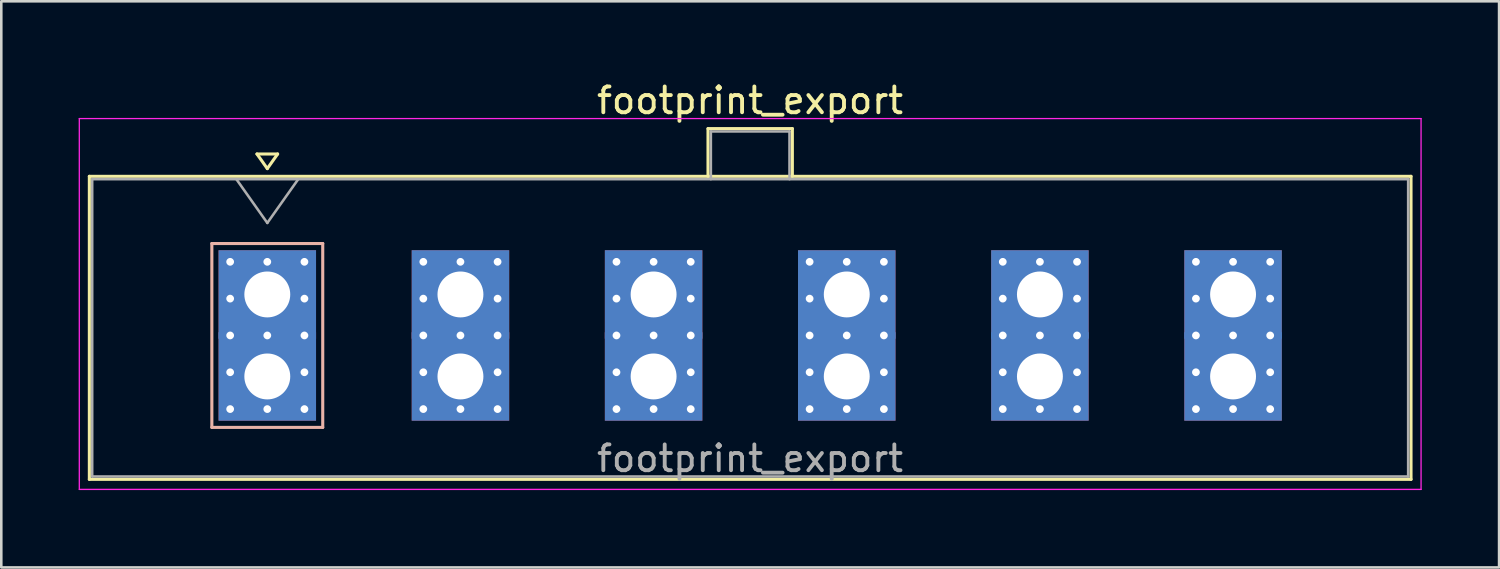
<source format=kicad_pcb>
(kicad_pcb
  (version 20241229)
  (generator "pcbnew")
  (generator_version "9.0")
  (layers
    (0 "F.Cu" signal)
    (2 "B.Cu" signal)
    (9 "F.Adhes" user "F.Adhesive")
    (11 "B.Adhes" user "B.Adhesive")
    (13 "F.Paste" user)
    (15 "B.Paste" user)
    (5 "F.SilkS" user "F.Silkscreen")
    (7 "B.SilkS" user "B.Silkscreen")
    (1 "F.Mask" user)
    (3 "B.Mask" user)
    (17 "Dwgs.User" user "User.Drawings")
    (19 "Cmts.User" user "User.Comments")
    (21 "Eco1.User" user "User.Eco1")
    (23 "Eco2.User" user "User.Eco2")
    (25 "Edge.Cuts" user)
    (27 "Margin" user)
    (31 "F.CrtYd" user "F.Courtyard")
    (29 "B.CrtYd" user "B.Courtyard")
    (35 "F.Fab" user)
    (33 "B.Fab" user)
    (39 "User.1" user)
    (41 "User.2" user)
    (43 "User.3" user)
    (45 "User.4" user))
  (footprint "footprint_export"
    (layer "F.Cu")
    (at 7.315 11.548)
    (property "Reference" "footprint_export" (at 18.72 -10.7 0) (layer "F.SilkS") (effects (font (size 1 1) (thickness 0.15))))
    (attr through_hole)
    (fp_line (start -6.9 -7.76) (end -6.9 3.99) (stroke (width 0.12) (type solid)) (layer "F.SilkS"))
    (fp_line (start -6.9 3.99) (end 44.35 3.99) (stroke (width 0.12) (type solid)) (layer "F.SilkS"))
    (fp_line (start -0.4 -8.626) (end 0 -8.06) (stroke (width 0.12) (type solid)) (layer "F.SilkS"))
    (fp_line (start 0 -8.06) (end 0.4 -8.626) (stroke (width 0.12) (type solid)) (layer "F.SilkS"))
    (fp_line (start 0.4 -8.626) (end -0.4 -8.626) (stroke (width 0.12) (type solid)) (layer "F.SilkS"))
    (fp_line (start 17.09 -9.61) (end 20.36 -9.61) (stroke (width 0.12) (type solid)) (layer "F.SilkS"))
    (fp_line (start 17.09 -7.76) (end 17.09 -9.61) (stroke (width 0.12) (type solid)) (layer "F.SilkS"))
    (fp_line (start 20.36 -9.61) (end 20.36 -7.76) (stroke (width 0.12) (type solid)) (layer "F.SilkS"))
    (fp_line (start 44.35 -7.76) (end -6.9 -7.76) (stroke (width 0.12) (type solid)) (layer "F.SilkS"))
    (fp_line (start 44.35 3.99) (end 44.35 -7.76) (stroke (width 0.12) (type solid)) (layer "F.SilkS"))
    (fp_line (start -2.15 -5.155) (end -2.15 1.975) (stroke (width 0.12) (type solid)) (layer "B.SilkS"))
    (fp_line (start -2.15 1.975) (end 2.15 1.975) (stroke (width 0.12) (type solid)) (layer "B.SilkS"))
    (fp_line (start 2.15 -5.155) (end -2.15 -5.155) (stroke (width 0.12) (type solid)) (layer "B.SilkS"))
    (fp_line (start 2.15 1.975) (end 2.15 -5.155) (stroke (width 0.12) (type solid)) (layer "B.SilkS"))
    (fp_line (start -7.29 -10) (end -7.29 4.38) (stroke (width 0.05) (type solid)) (layer "F.CrtYd"))
    (fp_line (start -7.29 4.38) (end 44.74 4.38) (stroke (width 0.05) (type solid)) (layer "F.CrtYd"))
    (fp_line (start 44.74 -10) (end -7.29 -10) (stroke (width 0.05) (type solid)) (layer "F.CrtYd"))
    (fp_line (start 44.74 4.38) (end 44.74 -10) (stroke (width 0.05) (type solid)) (layer "F.CrtYd"))
    (fp_line (start -6.79 -7.65) (end -6.79 3.88) (stroke (width 0.1) (type solid)) (layer "F.Fab"))
    (fp_line (start -6.79 3.88) (end 44.24 3.88) (stroke (width 0.1) (type solid)) (layer "F.Fab"))
    (fp_line (start -1.2 -7.65) (end 0 -5.953) (stroke (width 0.1) (type solid)) (layer "F.Fab"))
    (fp_line (start 0 -5.953) (end 1.2 -7.65) (stroke (width 0.1) (type solid)) (layer "F.Fab"))
    (fp_line (start 17.2 -9.5) (end 20.25 -9.5) (stroke (width 0.1) (type solid)) (layer "F.Fab"))
    (fp_line (start 17.2 -7.65) (end 17.2 -9.5) (stroke (width 0.1) (type solid)) (layer "F.Fab"))
    (fp_line (start 20.25 -9.5) (end 20.25 -7.65) (stroke (width 0.1) (type solid)) (layer "F.Fab"))
    (fp_line (start 44.24 -7.65) (end -6.79 -7.65) (stroke (width 0.1) (type solid)) (layer "F.Fab"))
    (fp_line (start 44.24 3.88) (end 44.24 -7.65) (stroke (width 0.1) (type solid)) (layer "F.Fab"))
    (fp_text user "${REFERENCE}" (at 18.72 3.18 0) (layer "F.Fab") (effects (font (size 1 1) (thickness 0.15))))
    (pad "1" thru_hole rect (at -1.44 -4.445) (size 0.6 0.6) (drill 0.3) (layers "*.Cu" "*.Mask"))
    (pad "1" thru_hole rect (at -1.44 -3.018) (size 0.6 0.6) (drill 0.3) (layers "*.Cu" "*.Mask"))
    (pad "1" thru_hole rect (at -1.44 -1.59) (size 0.6 0.6) (drill 0.3) (layers "*.Cu" "*.Mask"))
    (pad "1" thru_hole rect (at -1.44 -0.163) (size 0.6 0.6) (drill 0.3) (layers "*.Cu" "*.Mask"))
    (pad "1" thru_hole rect (at -1.44 1.265) (size 0.6 0.6) (drill 0.3) (layers "*.Cu" "*.Mask"))
    (pad "1" thru_hole rect (at 0 -4.445) (size 0.6 0.6) (drill 0.3) (layers "*.Cu" "*.Mask"))
    (pad "1" thru_hole rect (at 0 -3.18) (size 3.78 3.43) (drill 1.78) (layers "*.Cu" "*.Mask"))
    (pad "1" thru_hole rect (at 0 -1.59) (size 0.6 0.6) (drill 0.3) (layers "*.Cu" "*.Mask"))
    (pad "1" thru_hole rect (at 0 0) (size 3.78 3.43) (drill 1.78) (layers "*.Cu" "*.Mask"))
    (pad "1" thru_hole rect (at 0 1.265) (size 0.6 0.6) (drill 0.3) (layers "*.Cu" "*.Mask"))
    (pad "1" thru_hole rect (at 1.44 -4.445) (size 0.6 0.6) (drill 0.3) (layers "*.Cu" "*.Mask"))
    (pad "1" thru_hole rect (at 1.44 -3.018) (size 0.6 0.6) (drill 0.3) (layers "*.Cu" "*.Mask"))
    (pad "1" thru_hole rect (at 1.44 -1.59) (size 0.6 0.6) (drill 0.3) (layers "*.Cu" "*.Mask"))
    (pad "1" thru_hole rect (at 1.44 -0.163) (size 0.6 0.6) (drill 0.3) (layers "*.Cu" "*.Mask"))
    (pad "1" thru_hole rect (at 1.44 1.265) (size 0.6 0.6) (drill 0.3) (layers "*.Cu" "*.Mask"))
    (pad "2" thru_hole circle (at 6.05 -4.445) (size 0.6 0.6) (drill 0.3) (layers "*.Cu" "*.Mask"))
    (pad "2" thru_hole circle (at 6.05 -3.018) (size 0.6 0.6) (drill 0.3) (layers "*.Cu" "*.Mask"))
    (pad "2" thru_hole circle (at 6.05 -1.59) (size 0.6 0.6) (drill 0.3) (layers "*.Cu" "*.Mask"))
    (pad "2" thru_hole circle (at 6.05 -0.163) (size 0.6 0.6) (drill 0.3) (layers "*.Cu" "*.Mask"))
    (pad "2" thru_hole circle (at 6.05 1.265) (size 0.6 0.6) (drill 0.3) (layers "*.Cu" "*.Mask"))
    (pad "2" thru_hole circle (at 7.49 -4.445) (size 0.6 0.6) (drill 0.3) (layers "*.Cu" "*.Mask"))
    (pad "2" thru_hole rect (at 7.49 -3.18) (size 3.78 3.43) (drill 1.78) (layers "*.Cu" "*.Mask"))
    (pad "2" thru_hole circle (at 7.49 -1.59) (size 0.6 0.6) (drill 0.3) (layers "*.Cu" "*.Mask"))
    (pad "2" thru_hole rect (at 7.49 0) (size 3.78 3.43) (drill 1.78) (layers "*.Cu" "*.Mask"))
    (pad "2" thru_hole circle (at 7.49 1.265) (size 0.6 0.6) (drill 0.3) (layers "*.Cu" "*.Mask"))
    (pad "2" thru_hole circle (at 8.93 -4.445) (size 0.6 0.6) (drill 0.3) (layers "*.Cu" "*.Mask"))
    (pad "2" thru_hole circle (at 8.93 -3.018) (size 0.6 0.6) (drill 0.3) (layers "*.Cu" "*.Mask"))
    (pad "2" thru_hole circle (at 8.93 -1.59) (size 0.6 0.6) (drill 0.3) (layers "*.Cu" "*.Mask"))
    (pad "2" thru_hole circle (at 8.93 -0.163) (size 0.6 0.6) (drill 0.3) (layers "*.Cu" "*.Mask"))
    (pad "2" thru_hole circle (at 8.93 1.265) (size 0.6 0.6) (drill 0.3) (layers "*.Cu" "*.Mask"))
    (pad "3" thru_hole circle (at 13.54 -4.445) (size 0.6 0.6) (drill 0.3) (layers "*.Cu" "*.Mask"))
    (pad "3" thru_hole circle (at 13.54 -3.018) (size 0.6 0.6) (drill 0.3) (layers "*.Cu" "*.Mask"))
    (pad "3" thru_hole circle (at 13.54 -1.59) (size 0.6 0.6) (drill 0.3) (layers "*.Cu" "*.Mask"))
    (pad "3" thru_hole circle (at 13.54 -0.163) (size 0.6 0.6) (drill 0.3) (layers "*.Cu" "*.Mask"))
    (pad "3" thru_hole circle (at 13.54 1.265) (size 0.6 0.6) (drill 0.3) (layers "*.Cu" "*.Mask"))
    (pad "3" thru_hole circle (at 14.98 -4.445) (size 0.6 0.6) (drill 0.3) (layers "*.Cu" "*.Mask"))
    (pad "3" thru_hole rect (at 14.98 -3.18) (size 3.78 3.43) (drill 1.78) (layers "*.Cu" "*.Mask"))
    (pad "3" thru_hole circle (at 14.98 -1.59) (size 0.6 0.6) (drill 0.3) (layers "*.Cu" "*.Mask"))
    (pad "3" thru_hole rect (at 14.98 0) (size 3.78 3.43) (drill 1.78) (layers "*.Cu" "*.Mask"))
    (pad "3" thru_hole circle (at 14.98 1.265) (size 0.6 0.6) (drill 0.3) (layers "*.Cu" "*.Mask"))
    (pad "3" thru_hole circle (at 16.42 -4.445) (size 0.6 0.6) (drill 0.3) (layers "*.Cu" "*.Mask"))
    (pad "3" thru_hole circle (at 16.42 -3.018) (size 0.6 0.6) (drill 0.3) (layers "*.Cu" "*.Mask"))
    (pad "3" thru_hole circle (at 16.42 -1.59) (size 0.6 0.6) (drill 0.3) (layers "*.Cu" "*.Mask"))
    (pad "3" thru_hole circle (at 16.42 -0.163) (size 0.6 0.6) (drill 0.3) (layers "*.Cu" "*.Mask"))
    (pad "3" thru_hole circle (at 16.42 1.265) (size 0.6 0.6) (drill 0.3) (layers "*.Cu" "*.Mask"))
    (pad "4" thru_hole circle (at 21.03 -4.445) (size 0.6 0.6) (drill 0.3) (layers "*.Cu" "*.Mask"))
    (pad "4" thru_hole circle (at 21.03 -3.018) (size 0.6 0.6) (drill 0.3) (layers "*.Cu" "*.Mask"))
    (pad "4" thru_hole circle (at 21.03 -1.59) (size 0.6 0.6) (drill 0.3) (layers "*.Cu" "*.Mask"))
    (pad "4" thru_hole circle (at 21.03 -0.163) (size 0.6 0.6) (drill 0.3) (layers "*.Cu" "*.Mask"))
    (pad "4" thru_hole circle (at 21.03 1.265) (size 0.6 0.6) (drill 0.3) (layers "*.Cu" "*.Mask"))
    (pad "4" thru_hole circle (at 22.47 -4.445) (size 0.6 0.6) (drill 0.3) (layers "*.Cu" "*.Mask"))
    (pad "4" thru_hole rect (at 22.47 -3.18) (size 3.78 3.43) (drill 1.78) (layers "*.Cu" "*.Mask"))
    (pad "4" thru_hole circle (at 22.47 -1.59) (size 0.6 0.6) (drill 0.3) (layers "*.Cu" "*.Mask"))
    (pad "4" thru_hole rect (at 22.47 0) (size 3.78 3.43) (drill 1.78) (layers "*.Cu" "*.Mask"))
    (pad "4" thru_hole circle (at 22.47 1.265) (size 0.6 0.6) (drill 0.3) (layers "*.Cu" "*.Mask"))
    (pad "4" thru_hole circle (at 23.91 -4.445) (size 0.6 0.6) (drill 0.3) (layers "*.Cu" "*.Mask"))
    (pad "4" thru_hole circle (at 23.91 -3.018) (size 0.6 0.6) (drill 0.3) (layers "*.Cu" "*.Mask"))
    (pad "4" thru_hole circle (at 23.91 -1.59) (size 0.6 0.6) (drill 0.3) (layers "*.Cu" "*.Mask"))
    (pad "4" thru_hole circle (at 23.91 -0.163) (size 0.6 0.6) (drill 0.3) (layers "*.Cu" "*.Mask"))
    (pad "4" thru_hole circle (at 23.91 1.265) (size 0.6 0.6) (drill 0.3) (layers "*.Cu" "*.Mask"))
    (pad "5" thru_hole circle (at 28.52 -4.445) (size 0.6 0.6) (drill 0.3) (layers "*.Cu" "*.Mask"))
    (pad "5" thru_hole circle (at 28.52 -3.018) (size 0.6 0.6) (drill 0.3) (layers "*.Cu" "*.Mask"))
    (pad "5" thru_hole circle (at 28.52 -1.59) (size 0.6 0.6) (drill 0.3) (layers "*.Cu" "*.Mask"))
    (pad "5" thru_hole circle (at 28.52 -0.163) (size 0.6 0.6) (drill 0.3) (layers "*.Cu" "*.Mask"))
    (pad "5" thru_hole circle (at 28.52 1.265) (size 0.6 0.6) (drill 0.3) (layers "*.Cu" "*.Mask"))
    (pad "5" thru_hole circle (at 29.96 -4.445) (size 0.6 0.6) (drill 0.3) (layers "*.Cu" "*.Mask"))
    (pad "5" thru_hole rect (at 29.96 -3.18) (size 3.78 3.43) (drill 1.78) (layers "*.Cu" "*.Mask"))
    (pad "5" thru_hole circle (at 29.96 -1.59) (size 0.6 0.6) (drill 0.3) (layers "*.Cu" "*.Mask"))
    (pad "5" thru_hole rect (at 29.96 0) (size 3.78 3.43) (drill 1.78) (layers "*.Cu" "*.Mask"))
    (pad "5" thru_hole circle (at 29.96 1.265) (size 0.6 0.6) (drill 0.3) (layers "*.Cu" "*.Mask"))
    (pad "5" thru_hole circle (at 31.4 -4.445) (size 0.6 0.6) (drill 0.3) (layers "*.Cu" "*.Mask"))
    (pad "5" thru_hole circle (at 31.4 -3.018) (size 0.6 0.6) (drill 0.3) (layers "*.Cu" "*.Mask"))
    (pad "5" thru_hole circle (at 31.4 -1.59) (size 0.6 0.6) (drill 0.3) (layers "*.Cu" "*.Mask"))
    (pad "5" thru_hole circle (at 31.4 -0.163) (size 0.6 0.6) (drill 0.3) (layers "*.Cu" "*.Mask"))
    (pad "5" thru_hole circle (at 31.4 1.265) (size 0.6 0.6) (drill 0.3) (layers "*.Cu" "*.Mask"))
    (pad "6" thru_hole circle (at 36.01 -4.445) (size 0.6 0.6) (drill 0.3) (layers "*.Cu" "*.Mask"))
    (pad "6" thru_hole circle (at 36.01 -3.018) (size 0.6 0.6) (drill 0.3) (layers "*.Cu" "*.Mask"))
    (pad "6" thru_hole circle (at 36.01 -1.59) (size 0.6 0.6) (drill 0.3) (layers "*.Cu" "*.Mask"))
    (pad "6" thru_hole circle (at 36.01 -0.163) (size 0.6 0.6) (drill 0.3) (layers "*.Cu" "*.Mask"))
    (pad "6" thru_hole circle (at 36.01 1.265) (size 0.6 0.6) (drill 0.3) (layers "*.Cu" "*.Mask"))
    (pad "6" thru_hole circle (at 37.45 -4.445) (size 0.6 0.6) (drill 0.3) (layers "*.Cu" "*.Mask"))
    (pad "6" thru_hole rect (at 37.45 -3.18) (size 3.78 3.43) (drill 1.78) (layers "*.Cu" "*.Mask"))
    (pad "6" thru_hole circle (at 37.45 -1.59) (size 0.6 0.6) (drill 0.3) (layers "*.Cu" "*.Mask"))
    (pad "6" thru_hole rect (at 37.45 0) (size 3.78 3.43) (drill 1.78) (layers "*.Cu" "*.Mask"))
    (pad "6" thru_hole circle (at 37.45 1.265) (size 0.6 0.6) (drill 0.3) (layers "*.Cu" "*.Mask"))
    (pad "6" thru_hole circle (at 38.89 -4.445) (size 0.6 0.6) (drill 0.3) (layers "*.Cu" "*.Mask"))
    (pad "6" thru_hole circle (at 38.89 -3.018) (size 0.6 0.6) (drill 0.3) (layers "*.Cu" "*.Mask"))
    (pad "6" thru_hole circle (at 38.89 -1.59) (size 0.6 0.6) (drill 0.3) (layers "*.Cu" "*.Mask"))
    (pad "6" thru_hole circle (at 38.89 -0.163) (size 0.6 0.6) (drill 0.3) (layers "*.Cu" "*.Mask"))
    (pad "6" thru_hole circle (at 38.89 1.265) (size 0.6 0.6) (drill 0.3) (layers "*.Cu" "*.Mask")))
  (gr_rect
    (start -3 -3)
    (end 55.08 18.953)
    (stroke (width 0.1) (type default))
    (fill no)
    (layer "Edge.Cuts")))
</source>
